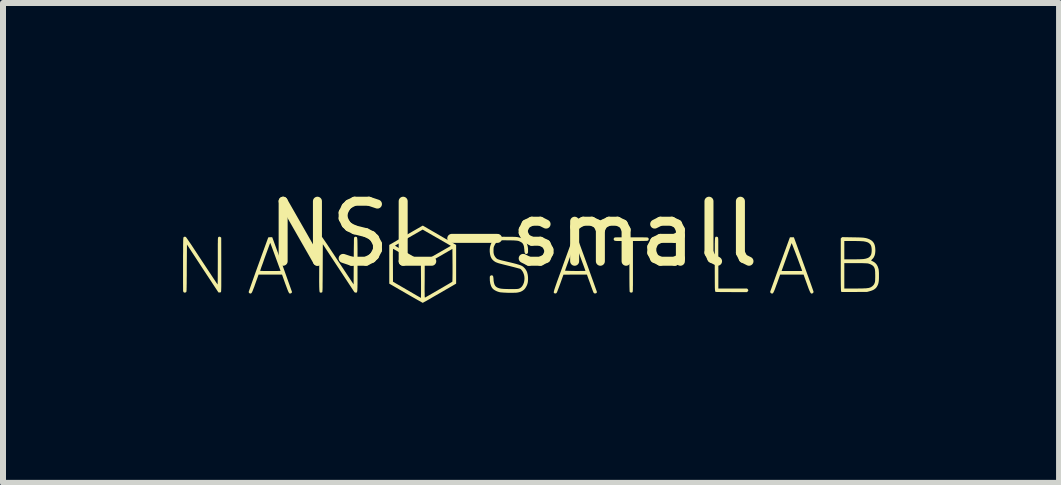
<source format=kicad_pcb>
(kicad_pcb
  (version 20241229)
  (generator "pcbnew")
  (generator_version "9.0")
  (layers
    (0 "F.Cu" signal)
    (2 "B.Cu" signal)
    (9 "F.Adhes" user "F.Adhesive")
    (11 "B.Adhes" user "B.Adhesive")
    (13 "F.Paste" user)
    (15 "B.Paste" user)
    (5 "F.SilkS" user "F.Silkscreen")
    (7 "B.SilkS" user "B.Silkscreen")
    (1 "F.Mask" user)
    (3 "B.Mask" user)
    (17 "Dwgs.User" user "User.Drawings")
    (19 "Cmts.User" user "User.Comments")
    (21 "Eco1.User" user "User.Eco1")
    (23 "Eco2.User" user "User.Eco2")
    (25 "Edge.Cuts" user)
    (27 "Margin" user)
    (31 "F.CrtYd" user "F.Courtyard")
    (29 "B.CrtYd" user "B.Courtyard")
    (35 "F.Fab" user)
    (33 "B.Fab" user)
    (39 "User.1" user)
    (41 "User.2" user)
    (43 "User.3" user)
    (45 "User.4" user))
  (footprint "NSL-small"
    (layer "F.Cu")
    (at 5.501 1.348)
    (property "Reference" "NSL-small" (at 0 -0.5 0) (unlocked yes) (layer "F.SilkS") (effects (font (size 1 1) (thickness 0.15))))
    (attr smd)
    (fp_poly (pts (xy 3.389 -0.454) (xy 3.391 -0.454) (xy 3.394 -0.453) (xy 3.396 -0.453) (xy 3.399 -0.452) (xy 3.401 -0.451) (xy 3.403 -0.45) (xy 3.406 -0.449) (xy 3.406 -0.448) (xy 3.407 -0.447) (xy 3.408 -0.446) (xy 3.409 -0.446) (xy 3.412 -0.442) (xy 3.414 -0.433) (xy 3.416 -0.416) (xy 3.417 -0.383) (xy 3.417 -0.256) (xy 3.418 -0.014) (xy 3.418 0.409) (xy 3.896 0.409) (xy 3.907 0.42) (xy 3.908 0.421) (xy 3.909 0.422) (xy 3.91 0.423) (xy 3.911 0.425) (xy 3.912 0.426) (xy 3.913 0.427) (xy 3.913 0.429) (xy 3.914 0.43) (xy 3.915 0.431) (xy 3.915 0.432) (xy 3.916 0.434) (xy 3.916 0.435) (xy 3.917 0.436) (xy 3.917 0.437) (xy 3.917 0.438) (xy 3.917 0.439) (xy 3.917 0.44) (xy 3.917 0.441) (xy 3.917 0.442) (xy 3.916 0.443) (xy 3.916 0.444) (xy 3.915 0.446) (xy 3.915 0.447) (xy 3.914 0.448) (xy 3.913 0.45) (xy 3.913 0.451) (xy 3.912 0.452) (xy 3.911 0.453) (xy 3.91 0.455) (xy 3.909 0.456) (xy 3.908 0.457) (xy 3.907 0.458) (xy 3.896 0.469) (xy 3.637 0.469) (xy 3.536 0.468) (xy 3.452 0.468) (xy 3.395 0.467) (xy 3.379 0.466) (xy 3.375 0.466) (xy 3.373 0.465) (xy 3.368 0.461) (xy 3.366 0.457) (xy 3.365 0.452) (xy 3.362 0.432) (xy 3.36 0.398) (xy 3.359 0.263) (xy 3.358 0.007) (xy 3.358 -0.138) (xy 3.358 -0.197) (xy 3.359 -0.248) (xy 3.359 -0.292) (xy 3.359 -0.311) (xy 3.359 -0.328) (xy 3.359 -0.344) (xy 3.36 -0.358) (xy 3.36 -0.371) (xy 3.36 -0.383) (xy 3.361 -0.393) (xy 3.361 -0.403) (xy 3.362 -0.411) (xy 3.362 -0.418) (xy 3.363 -0.424) (xy 3.363 -0.426) (xy 3.363 -0.429) (xy 3.364 -0.431) (xy 3.364 -0.433) (xy 3.364 -0.435) (xy 3.365 -0.437) (xy 3.365 -0.439) (xy 3.365 -0.44) (xy 3.366 -0.441) (xy 3.366 -0.443) (xy 3.367 -0.444) (xy 3.367 -0.445) (xy 3.368 -0.446) (xy 3.368 -0.446) (xy 3.369 -0.447) (xy 3.369 -0.448) (xy 3.37 -0.448) (xy 3.37 -0.449) (xy 3.371 -0.45) (xy 3.373 -0.451) (xy 3.374 -0.451) (xy 3.375 -0.452) (xy 3.375 -0.452) (xy 3.377 -0.453) (xy 3.378 -0.453) (xy 3.379 -0.453) (xy 3.381 -0.454) (xy 3.383 -0.454) (xy 3.386 -0.454)) (stroke (width 0) (type solid)) (fill yes) (layer "F.SilkS"))
    (fp_poly (pts (xy -4.01 -0.432) (xy -3.84 0.033) (xy -3.686 0.466) (xy -3.686 0.467) (xy -3.686 0.468) (xy -3.686 0.469) (xy -3.686 0.47) (xy -3.687 0.471) (xy -3.687 0.472) (xy -3.687 0.473) (xy -3.688 0.475) (xy -3.688 0.475) (xy -3.689 0.476) (xy -3.69 0.478) (xy -3.692 0.48) (xy -3.693 0.482) (xy -3.695 0.484) (xy -3.697 0.485) (xy -3.699 0.487) (xy -3.701 0.488) (xy -3.704 0.489) (xy -3.706 0.49) (xy -3.709 0.491) (xy -3.712 0.492) (xy -3.716 0.493) (xy -3.72 0.493) (xy -3.723 0.493) (xy -3.727 0.491) (xy -3.731 0.488) (xy -3.734 0.484) (xy -3.738 0.479) (xy -3.742 0.471) (xy -3.747 0.462) (xy -3.752 0.45) (xy -3.764 0.42) (xy -3.779 0.379) (xy -3.799 0.326) (xy -3.852 0.177) (xy -4.243 0.177) (xy -4.252 0.204) (xy -4.272 0.259) (xy -4.305 0.351) (xy -4.313 0.375) (xy -4.321 0.395) (xy -4.328 0.413) (xy -4.334 0.429) (xy -4.337 0.436) (xy -4.339 0.443) (xy -4.342 0.449) (xy -4.344 0.455) (xy -4.347 0.46) (xy -4.349 0.465) (xy -4.351 0.469) (xy -4.353 0.473) (xy -4.355 0.476) (xy -4.357 0.479) (xy -4.359 0.482) (xy -4.361 0.484) (xy -4.363 0.486) (xy -4.365 0.488) (xy -4.366 0.49) (xy -4.368 0.491) (xy -4.37 0.492) (xy -4.372 0.492) (xy -4.374 0.493) (xy -4.376 0.493) (xy -4.377 0.493) (xy -4.379 0.493) (xy -4.381 0.492) (xy -4.384 0.492) (xy -4.387 0.491) (xy -4.389 0.49) (xy -4.392 0.489) (xy -4.393 0.489) (xy -4.394 0.488) (xy -4.395 0.488) (xy -4.396 0.487) (xy -4.397 0.486) (xy -4.398 0.485) (xy -4.399 0.485) (xy -4.4 0.484) (xy -4.401 0.483) (xy -4.402 0.482) (xy -4.402 0.481) (xy -4.403 0.48) (xy -4.403 0.479) (xy -4.404 0.478) (xy -4.405 0.477) (xy -4.405 0.476) (xy -4.405 0.475) (xy -4.406 0.474) (xy -4.406 0.473) (xy -4.406 0.472) (xy -4.406 0.47) (xy -4.407 0.469) (xy -4.407 0.467) (xy -4.407 0.464) (xy -4.367 0.349) (xy -4.284 0.115) (xy -4.216 0.115) (xy -4.2 0.116) (xy -4.162 0.117) (xy -4.045 0.117) (xy -3.929 0.117) (xy -3.891 0.116) (xy -3.876 0.115) (xy -3.902 0.045) (xy -3.962 -0.119) (xy -4.022 -0.283) (xy -4.048 -0.352) (xy -4.049 -0.352) (xy -4.05 -0.349) (xy -4.06 -0.323) (xy -4.141 -0.102) (xy -4.17 -0.018) (xy -4.195 0.05) (xy -4.211 0.097) (xy -4.215 0.11) (xy -4.216 0.114) (xy -4.216 0.115) (xy -4.284 0.115) (xy -4.275 0.09) (xy -4.082 -0.441) (xy -4.081 -0.441) (xy -4.081 -0.442) (xy -4.08 -0.442) (xy -4.079 -0.443) (xy -4.078 -0.443) (xy -4.076 -0.444) (xy -4.074 -0.444) (xy -4.072 -0.444) (xy -4.07 -0.445) (xy -4.068 -0.445) (xy -4.062 -0.445) (xy -4.055 -0.446) (xy -4.048 -0.446) (xy -4.016 -0.446)) (stroke (width 0) (type solid)) (fill yes) (layer "F.SilkS"))
    (fp_poly (pts (xy -1.227 -0.477) (xy -0.951 -0.317) (xy -0.951 0.328) (xy -1.227 0.488) (xy -1.335 0.55) (xy -1.423 0.601) (xy -1.484 0.635) (xy -1.501 0.645) (xy -1.508 0.648) (xy -1.531 0.635) (xy -1.592 0.601) (xy -1.789 0.488) (xy -2.065 0.328) (xy -2.065 -0.133) (xy -2.005 -0.133) (xy -2.004 0.02) (xy -2.003 0.296) (xy -1.771 0.431) (xy -1.606 0.527) (xy -1.556 0.555) (xy -1.537 0.566) (xy -1.537 0.544) (xy -1.536 0.485) (xy -1.536 0.441) (xy -1.476 0.441) (xy -1.476 0.467) (xy -1.475 0.489) (xy -1.475 0.508) (xy -1.475 0.515) (xy -1.475 0.523) (xy -1.475 0.529) (xy -1.475 0.535) (xy -1.474 0.539) (xy -1.474 0.544) (xy -1.474 0.547) (xy -1.474 0.551) (xy -1.473 0.553) (xy -1.473 0.555) (xy -1.473 0.556) (xy -1.473 0.557) (xy -1.472 0.558) (xy -1.472 0.558) (xy -1.472 0.559) (xy -1.472 0.559) (xy -1.471 0.56) (xy -1.471 0.56) (xy -1.471 0.56) (xy -1.471 0.56) (xy -1.47 0.56) (xy -1.47 0.56) (xy -1.47 0.56) (xy -1.47 0.56) (xy -1.469 0.56) (xy -1.395 0.518) (xy -1.241 0.429) (xy -1.088 0.34) (xy -1.016 0.297) (xy -1.014 0.293) (xy -1.013 0.283) (xy -1.012 0.238) (xy -1.011 0.154) (xy -1.011 0.021) (xy -1.013 -0.251) (xy -1.243 -0.118) (xy -1.474 0.014) (xy -1.475 0.289) (xy -1.476 0.375) (xy -1.476 0.41) (xy -1.476 0.441) (xy -1.536 0.441) (xy -1.536 0.29) (xy -1.538 0.015) (xy -1.764 -0.116) (xy -1.926 -0.21) (xy -1.998 -0.251) (xy -1.999 -0.252) (xy -2 -0.252) (xy -2.001 -0.25) (xy -2.002 -0.247) (xy -2.003 -0.236) (xy -2.004 -0.215) (xy -2.005 -0.133) (xy -2.065 -0.133) (xy -2.065 -0.305) (xy -1.97 -0.305) (xy -1.901 -0.263) (xy -1.746 -0.172) (xy -1.588 -0.081) (xy -1.51 -0.038) (xy -1.508 -0.038) (xy -1.504 -0.039) (xy -1.491 -0.046) (xy -1.442 -0.072) (xy -1.368 -0.113) (xy -1.275 -0.166) (xy -1.042 -0.3) (xy -1.042 -0.3) (xy -1.042 -0.3) (xy -1.041 -0.3) (xy -1.041 -0.3) (xy -1.041 -0.3) (xy -1.041 -0.3) (xy -1.041 -0.301) (xy -1.041 -0.301) (xy -1.04 -0.301) (xy -1.04 -0.301) (xy -1.04 -0.301) (xy -1.04 -0.301) (xy -1.04 -0.301) (xy -1.04 -0.301) (xy -1.04 -0.302) (xy -1.04 -0.302) (xy -1.04 -0.302) (xy -1.04 -0.302) (xy -1.04 -0.302) (xy -1.04 -0.302) (xy -1.04 -0.302) (xy -1.04 -0.303) (xy -1.04 -0.303) (xy -1.041 -0.303) (xy -1.041 -0.303) (xy -1.041 -0.303) (xy -1.041 -0.303) (xy -1.041 -0.303) (xy -1.041 -0.303) (xy -1.042 -0.304) (xy -1.042 -0.304) (xy -1.042 -0.304) (xy -1.276 -0.439) (xy -1.44 -0.533) (xy -1.49 -0.562) (xy -1.504 -0.57) (xy -1.509 -0.572) (xy -1.739 -0.44) (xy -1.97 -0.305) (xy -2.065 -0.305) (xy -2.065 -0.317) (xy -1.786 -0.479) (xy -1.678 -0.541) (xy -1.589 -0.592) (xy -1.529 -0.627) (xy -1.512 -0.636) (xy -1.506 -0.639)) (stroke (width 0) (type solid)) (fill yes) (layer "F.SilkS"))
    (fp_poly (pts (xy 4.638 -0.445) (xy 4.644 -0.445) (xy 4.677 -0.444) (xy 4.839 0.001) (xy 4.954 0.319) (xy 4.989 0.418) (xy 5.003 0.458) (xy 5.003 0.46) (xy 5.003 0.461) (xy 5.004 0.463) (xy 5.004 0.464) (xy 5.004 0.465) (xy 5.003 0.467) (xy 5.003 0.468) (xy 5.003 0.47) (xy 5.003 0.471) (xy 5.002 0.472) (xy 5.002 0.473) (xy 5.001 0.475) (xy 5.001 0.476) (xy 5 0.477) (xy 4.999 0.478) (xy 4.999 0.48) (xy 4.998 0.481) (xy 4.997 0.482) (xy 4.996 0.483) (xy 4.995 0.484) (xy 4.994 0.485) (xy 4.993 0.486) (xy 4.991 0.487) (xy 4.99 0.487) (xy 4.989 0.488) (xy 4.988 0.489) (xy 4.986 0.49) (xy 4.985 0.49) (xy 4.983 0.491) (xy 4.982 0.492) (xy 4.98 0.492) (xy 4.979 0.492) (xy 4.975 0.493) (xy 4.971 0.493) (xy 4.967 0.493) (xy 4.963 0.491) (xy 4.96 0.488) (xy 4.956 0.483) (xy 4.952 0.478) (xy 4.948 0.47) (xy 4.943 0.46) (xy 4.938 0.449) (xy 4.925 0.418) (xy 4.91 0.377) (xy 4.891 0.324) (xy 4.838 0.177) (xy 4.448 0.177) (xy 4.396 0.324) (xy 4.385 0.352) (xy 4.376 0.377) (xy 4.368 0.399) (xy 4.361 0.418) (xy 4.358 0.427) (xy 4.354 0.435) (xy 4.351 0.442) (xy 4.349 0.449) (xy 4.346 0.455) (xy 4.343 0.46) (xy 4.341 0.465) (xy 4.339 0.47) (xy 4.337 0.474) (xy 4.334 0.478) (xy 4.332 0.481) (xy 4.33 0.483) (xy 4.329 0.486) (xy 4.327 0.488) (xy 4.325 0.489) (xy 4.324 0.49) (xy 4.323 0.491) (xy 4.322 0.491) (xy 4.321 0.492) (xy 4.32 0.492) (xy 4.319 0.493) (xy 4.317 0.493) (xy 4.316 0.493) (xy 4.314 0.493) (xy 4.312 0.493) (xy 4.31 0.493) (xy 4.307 0.492) (xy 4.306 0.492) (xy 4.304 0.492) (xy 4.303 0.491) (xy 4.301 0.49) (xy 4.3 0.49) (xy 4.299 0.489) (xy 4.297 0.488) (xy 4.296 0.488) (xy 4.295 0.487) (xy 4.294 0.486) (xy 4.293 0.485) (xy 4.291 0.484) (xy 4.29 0.483) (xy 4.289 0.482) (xy 4.289 0.481) (xy 4.288 0.48) (xy 4.287 0.479) (xy 4.286 0.477) (xy 4.286 0.476) (xy 4.285 0.475) (xy 4.284 0.474) (xy 4.284 0.472) (xy 4.283 0.471) (xy 4.283 0.47) (xy 4.283 0.469) (xy 4.283 0.467) (xy 4.282 0.466) (xy 4.282 0.465) (xy 4.282 0.463) (xy 4.283 0.462) (xy 4.283 0.46) (xy 4.283 0.459) (xy 4.406 0.116) (xy 4.472 0.116) (xy 4.485 0.117) (xy 4.522 0.117) (xy 4.643 0.117) (xy 4.71 0.117) (xy 4.764 0.117) (xy 4.801 0.117) (xy 4.811 0.116) (xy 4.814 0.116) (xy 4.815 0.116) (xy 4.807 0.093) (xy 4.787 0.039) (xy 4.728 -0.121) (xy 4.667 -0.279) (xy 4.647 -0.33) (xy 4.639 -0.348) (xy 4.472 0.116) (xy 4.406 0.116) (xy 4.446 0.007) (xy 4.61 -0.443) (xy 4.61 -0.443) (xy 4.611 -0.443) (xy 4.612 -0.444) (xy 4.613 -0.444) (xy 4.617 -0.444) (xy 4.621 -0.445) (xy 4.626 -0.445) (xy 4.632 -0.445)) (stroke (width 0) (type solid)) (fill yes) (layer "F.SilkS"))
    (fp_poly (pts (xy -3.199 -0.454) (xy -3.197 -0.453) (xy -3.194 -0.453) (xy -3.191 -0.452) (xy -3.19 -0.451) (xy -3.189 -0.451) (xy -3.188 -0.45) (xy -3.187 -0.45) (xy -3.185 -0.449) (xy -3.184 -0.448) (xy -3.161 -0.415) (xy -3.102 -0.329) (xy -2.918 -0.05) (xy -2.659 0.341) (xy -2.657 -0.045) (xy -2.656 -0.231) (xy -2.655 -0.299) (xy -2.654 -0.351) (xy -2.654 -0.39) (xy -2.653 -0.417) (xy -2.652 -0.427) (xy -2.651 -0.433) (xy -2.651 -0.438) (xy -2.65 -0.44) (xy -2.649 -0.442) (xy -2.647 -0.444) (xy -2.646 -0.446) (xy -2.644 -0.447) (xy -2.642 -0.449) (xy -2.64 -0.45) (xy -2.638 -0.451) (xy -2.636 -0.452) (xy -2.634 -0.452) (xy -2.632 -0.453) (xy -2.629 -0.453) (xy -2.627 -0.454) (xy -2.624 -0.454) (xy -2.622 -0.453) (xy -2.619 -0.453) (xy -2.617 -0.452) (xy -2.609 -0.45) (xy -2.606 -0.448) (xy -2.603 -0.443) (xy -2.601 -0.437) (xy -2.599 -0.427) (xy -2.596 -0.394) (xy -2.595 -0.34) (xy -2.594 -0.257) (xy -2.594 0.014) (xy -2.594 0.174) (xy -2.594 0.238) (xy -2.594 0.292) (xy -2.594 0.316) (xy -2.594 0.338) (xy -2.595 0.357) (xy -2.595 0.375) (xy -2.595 0.391) (xy -2.596 0.405) (xy -2.596 0.418) (xy -2.597 0.429) (xy -2.597 0.438) (xy -2.598 0.447) (xy -2.599 0.45) (xy -2.599 0.454) (xy -2.6 0.457) (xy -2.6 0.459) (xy -2.601 0.462) (xy -2.601 0.464) (xy -2.602 0.466) (xy -2.602 0.468) (xy -2.603 0.47) (xy -2.604 0.471) (xy -2.605 0.472) (xy -2.605 0.474) (xy -2.606 0.474) (xy -2.607 0.475) (xy -2.608 0.476) (xy -2.609 0.476) (xy -2.61 0.477) (xy -2.611 0.477) (xy -2.612 0.477) (xy -2.613 0.477) (xy -2.615 0.477) (xy -2.618 0.477) (xy -2.623 0.477) (xy -2.625 0.477) (xy -2.628 0.477) (xy -2.63 0.477) (xy -2.632 0.477) (xy -2.633 0.477) (xy -2.634 0.476) (xy -2.635 0.476) (xy -2.635 0.476) (xy -2.636 0.476) (xy -2.637 0.475) (xy -2.638 0.475) (xy -2.639 0.475) (xy -2.639 0.474) (xy -2.64 0.474) (xy -2.641 0.473) (xy -2.641 0.473) (xy -2.642 0.472) (xy -2.643 0.472) (xy -2.643 0.471) (xy -2.644 0.471) (xy -2.645 0.47) (xy -2.646 0.469) (xy -2.647 0.468) (xy -2.648 0.466) (xy -2.65 0.464) (xy -2.732 0.339) (xy -2.916 0.06) (xy -3.172 -0.329) (xy -3.174 0.067) (xy -3.175 0.267) (xy -3.176 0.337) (xy -3.176 0.389) (xy -3.177 0.426) (xy -3.178 0.44) (xy -3.179 0.451) (xy -3.179 0.459) (xy -3.18 0.465) (xy -3.181 0.468) (xy -3.181 0.469) (xy -3.182 0.47) (xy -3.182 0.471) (xy -3.183 0.472) (xy -3.184 0.472) (xy -3.185 0.473) (xy -3.186 0.474) (xy -3.188 0.474) (xy -3.189 0.475) (xy -3.19 0.475) (xy -3.192 0.476) (xy -3.193 0.476) (xy -3.195 0.476) (xy -3.196 0.477) (xy -3.198 0.477) (xy -3.2 0.477) (xy -3.202 0.477) (xy -3.204 0.477) (xy -3.214 0.477) (xy -3.218 0.477) (xy -3.222 0.474) (xy -3.224 0.469) (xy -3.227 0.46) (xy -3.23 0.43) (xy -3.232 0.376) (xy -3.233 0.292) (xy -3.232 0.008) (xy -3.232 -0.135) (xy -3.231 -0.193) (xy -3.231 -0.243) (xy -3.231 -0.286) (xy -3.231 -0.322) (xy -3.23 -0.352) (xy -3.23 -0.377) (xy -3.23 -0.387) (xy -3.229 -0.396) (xy -3.229 -0.404) (xy -3.229 -0.412) (xy -3.228 -0.418) (xy -3.228 -0.423) (xy -3.228 -0.428) (xy -3.227 -0.431) (xy -3.227 -0.435) (xy -3.226 -0.437) (xy -3.226 -0.439) (xy -3.225 -0.441) (xy -3.225 -0.442) (xy -3.224 -0.443) (xy -3.223 -0.444) (xy -3.223 -0.445) (xy -3.222 -0.446) (xy -3.221 -0.447) (xy -3.22 -0.448) (xy -3.219 -0.449) (xy -3.218 -0.449) (xy -3.217 -0.45) (xy -3.216 -0.451) (xy -3.215 -0.451) (xy -3.213 -0.452) (xy -3.212 -0.452) (xy -3.21 -0.453) (xy -3.207 -0.453) (xy -3.204 -0.454) (xy -3.202 -0.454)) (stroke (width 0) (type solid)) (fill yes) (layer "F.SilkS"))
    (fp_poly (pts (xy 1.036 -0.446) (xy 1.041 -0.446) (xy 1.044 -0.446) (xy 1.048 -0.445) (xy 1.051 -0.445) (xy 1.052 -0.445) (xy 1.054 -0.445) (xy 1.055 -0.445) (xy 1.056 -0.445) (xy 1.057 -0.444) (xy 1.058 -0.444) (xy 1.059 -0.444) (xy 1.06 -0.444) (xy 1.061 -0.444) (xy 1.062 -0.443) (xy 1.062 -0.443) (xy 1.063 -0.443) (xy 1.064 -0.442) (xy 1.064 -0.442) (xy 1.065 -0.442) (xy 1.065 -0.441) (xy 1.066 -0.441) (xy 1.066 -0.44) (xy 1.067 -0.44) (xy 1.067 -0.44) (xy 1.067 -0.439) (xy 1.068 -0.438) (xy 1.234 0.016) (xy 1.394 0.464) (xy 1.394 0.467) (xy 1.394 0.469) (xy 1.394 0.472) (xy 1.393 0.473) (xy 1.393 0.474) (xy 1.393 0.475) (xy 1.393 0.476) (xy 1.392 0.477) (xy 1.392 0.478) (xy 1.391 0.478) (xy 1.391 0.479) (xy 1.39 0.48) (xy 1.39 0.481) (xy 1.389 0.482) (xy 1.389 0.482) (xy 1.388 0.483) (xy 1.387 0.484) (xy 1.387 0.484) (xy 1.386 0.485) (xy 1.385 0.485) (xy 1.384 0.486) (xy 1.383 0.487) (xy 1.382 0.487) (xy 1.38 0.488) (xy 1.377 0.489) (xy 1.375 0.49) (xy 1.373 0.49) (xy 1.371 0.491) (xy 1.37 0.491) (xy 1.368 0.492) (xy 1.367 0.492) (xy 1.366 0.492) (xy 1.364 0.492) (xy 1.363 0.492) (xy 1.361 0.492) (xy 1.36 0.492) (xy 1.359 0.492) (xy 1.357 0.492) (xy 1.356 0.491) (xy 1.355 0.491) (xy 1.354 0.49) (xy 1.352 0.49) (xy 1.351 0.489) (xy 1.35 0.489) (xy 1.349 0.488) (xy 1.348 0.487) (xy 1.347 0.486) (xy 1.346 0.485) (xy 1.344 0.484) (xy 1.343 0.483) (xy 1.342 0.482) (xy 1.341 0.481) (xy 1.341 0.48) (xy 1.34 0.479) (xy 1.339 0.477) (xy 1.338 0.476) (xy 1.337 0.474) (xy 1.336 0.473) (xy 1.317 0.423) (xy 1.281 0.323) (xy 1.245 0.224) (xy 1.229 0.178) (xy 1.214 0.177) (xy 1.172 0.177) (xy 1.033 0.177) (xy 0.837 0.179) (xy 0.786 0.322) (xy 0.765 0.379) (xy 0.747 0.426) (xy 0.74 0.445) (xy 0.734 0.46) (xy 0.73 0.471) (xy 0.728 0.474) (xy 0.727 0.476) (xy 0.725 0.479) (xy 0.723 0.481) (xy 0.722 0.482) (xy 0.721 0.484) (xy 0.72 0.485) (xy 0.719 0.486) (xy 0.718 0.487) (xy 0.717 0.487) (xy 0.716 0.488) (xy 0.714 0.489) (xy 0.713 0.49) (xy 0.712 0.49) (xy 0.711 0.491) (xy 0.71 0.491) (xy 0.708 0.491) (xy 0.707 0.492) (xy 0.706 0.492) (xy 0.705 0.492) (xy 0.703 0.492) (xy 0.702 0.492) (xy 0.701 0.492) (xy 0.699 0.492) (xy 0.698 0.492) (xy 0.697 0.492) (xy 0.696 0.492) (xy 0.694 0.491) (xy 0.693 0.491) (xy 0.691 0.491) (xy 0.69 0.49) (xy 0.689 0.489) (xy 0.681 0.485) (xy 0.678 0.481) (xy 0.676 0.476) (xy 0.676 0.469) (xy 0.678 0.458) (xy 0.687 0.423) (xy 0.706 0.367) (xy 0.735 0.283) (xy 0.798 0.111) (xy 0.864 0.111) (xy 0.864 0.111) (xy 0.866 0.112) (xy 0.874 0.113) (xy 0.907 0.114) (xy 0.96 0.116) (xy 1.033 0.117) (xy 1.099 0.117) (xy 1.154 0.116) (xy 1.174 0.116) (xy 1.19 0.116) (xy 1.2 0.115) (xy 1.203 0.115) (xy 1.204 0.115) (xy 1.179 0.045) (xy 1.118 -0.119) (xy 1.058 -0.283) (xy 1.039 -0.333) (xy 1.032 -0.352) (xy 1.032 -0.352) (xy 1.032 -0.352) (xy 1.032 -0.352) (xy 1.032 -0.352) (xy 1.032 -0.352) (xy 1.031 -0.351) (xy 1.031 -0.351) (xy 1.031 -0.35) (xy 1.03 -0.349) (xy 1.029 -0.347) (xy 1.028 -0.346) (xy 1.028 -0.343) (xy 1.027 -0.341) (xy 0.944 -0.111) (xy 0.887 0.044) (xy 0.87 0.092) (xy 0.864 0.111) (xy 0.798 0.111) (xy 0.835 0.007) (xy 0.998 -0.441) (xy 0.999 -0.441) (xy 0.999 -0.442) (xy 1 -0.442) (xy 1.001 -0.443) (xy 1.002 -0.443) (xy 1.004 -0.444) (xy 1.005 -0.444) (xy 1.007 -0.444) (xy 1.01 -0.445) (xy 1.012 -0.445) (xy 1.018 -0.445) (xy 1.024 -0.446) (xy 1.032 -0.446)) (stroke (width 0) (type solid)) (fill yes) (layer "F.SilkS"))
    (fp_poly (pts (xy 1.972 -0.444) (xy 2.058 -0.444) (xy 2.092 -0.444) (xy 2.123 -0.444) (xy 2.148 -0.444) (xy 2.17 -0.443) (xy 2.189 -0.443) (xy 2.204 -0.443) (xy 2.21 -0.442) (xy 2.216 -0.442) (xy 2.221 -0.442) (xy 2.225 -0.441) (xy 2.229 -0.441) (xy 2.233 -0.441) (xy 2.236 -0.44) (xy 2.238 -0.44) (xy 2.24 -0.44) (xy 2.242 -0.439) (xy 2.244 -0.439) (xy 2.245 -0.438) (xy 2.246 -0.437) (xy 2.247 -0.437) (xy 2.248 -0.436) (xy 2.249 -0.436) (xy 2.25 -0.434) (xy 2.251 -0.433) (xy 2.252 -0.432) (xy 2.253 -0.431) (xy 2.253 -0.43) (xy 2.254 -0.429) (xy 2.255 -0.427) (xy 2.255 -0.426) (xy 2.256 -0.424) (xy 2.256 -0.423) (xy 2.257 -0.421) (xy 2.257 -0.42) (xy 2.257 -0.418) (xy 2.258 -0.417) (xy 2.258 -0.415) (xy 2.258 -0.414) (xy 2.258 -0.412) (xy 2.258 -0.411) (xy 2.257 -0.409) (xy 2.257 -0.408) (xy 2.257 -0.406) (xy 2.256 -0.405) (xy 2.256 -0.403) (xy 2.255 -0.402) (xy 2.255 -0.401) (xy 2.254 -0.399) (xy 2.253 -0.398) (xy 2.253 -0.397) (xy 2.252 -0.396) (xy 2.251 -0.394) (xy 2.25 -0.393) (xy 2.249 -0.392) (xy 2.245 -0.39) (xy 2.243 -0.389) (xy 2.241 -0.388) (xy 2.237 -0.387) (xy 2.233 -0.386) (xy 2.223 -0.385) (xy 2.207 -0.385) (xy 2.185 -0.384) (xy 2.118 -0.383) (xy 1.995 -0.382) (xy 1.995 0.041) (xy 1.995 0.177) (xy 1.995 0.232) (xy 1.995 0.28) (xy 1.995 0.321) (xy 1.995 0.355) (xy 1.994 0.383) (xy 1.994 0.396) (xy 1.994 0.407) (xy 1.994 0.416) (xy 1.994 0.425) (xy 1.993 0.433) (xy 1.993 0.439) (xy 1.993 0.445) (xy 1.992 0.45) (xy 1.992 0.454) (xy 1.992 0.458) (xy 1.991 0.461) (xy 1.991 0.463) (xy 1.99 0.465) (xy 1.99 0.467) (xy 1.989 0.468) (xy 1.989 0.469) (xy 1.988 0.47) (xy 1.987 0.47) (xy 1.986 0.471) (xy 1.985 0.472) (xy 1.983 0.473) (xy 1.982 0.474) (xy 1.98 0.475) (xy 1.979 0.475) (xy 1.977 0.476) (xy 1.976 0.476) (xy 1.974 0.476) (xy 1.972 0.477) (xy 1.971 0.477) (xy 1.969 0.477) (xy 1.967 0.477) (xy 1.966 0.477) (xy 1.964 0.477) (xy 1.962 0.477) (xy 1.961 0.476) (xy 1.959 0.476) (xy 1.957 0.476) (xy 1.956 0.475) (xy 1.954 0.475) (xy 1.953 0.474) (xy 1.951 0.473) (xy 1.95 0.473) (xy 1.948 0.472) (xy 1.947 0.471) (xy 1.946 0.47) (xy 1.945 0.469) (xy 1.944 0.468) (xy 1.943 0.467) (xy 1.942 0.466) (xy 1.941 0.464) (xy 1.94 0.457) (xy 1.939 0.44) (xy 1.937 0.37) (xy 1.936 0.24) (xy 1.936 0.036) (xy 1.936 -0.382) (xy 1.819 -0.382) (xy 1.796 -0.382) (xy 1.776 -0.382) (xy 1.759 -0.382) (xy 1.744 -0.383) (xy 1.737 -0.383) (xy 1.731 -0.383) (xy 1.725 -0.383) (xy 1.719 -0.384) (xy 1.715 -0.384) (xy 1.71 -0.384) (xy 1.706 -0.385) (xy 1.702 -0.385) (xy 1.699 -0.386) (xy 1.696 -0.387) (xy 1.693 -0.387) (xy 1.691 -0.388) (xy 1.688 -0.389) (xy 1.686 -0.39) (xy 1.686 -0.391) (xy 1.685 -0.391) (xy 1.684 -0.392) (xy 1.683 -0.392) (xy 1.682 -0.393) (xy 1.681 -0.395) (xy 1.68 -0.396) (xy 1.679 -0.398) (xy 1.678 -0.399) (xy 1.677 -0.401) (xy 1.676 -0.403) (xy 1.676 -0.405) (xy 1.675 -0.406) (xy 1.675 -0.407) (xy 1.675 -0.409) (xy 1.674 -0.41) (xy 1.674 -0.412) (xy 1.674 -0.413) (xy 1.674 -0.415) (xy 1.674 -0.416) (xy 1.675 -0.418) (xy 1.675 -0.419) (xy 1.675 -0.421) (xy 1.675 -0.422) (xy 1.676 -0.423) (xy 1.676 -0.425) (xy 1.677 -0.426) (xy 1.678 -0.427) (xy 1.678 -0.429) (xy 1.679 -0.43) (xy 1.68 -0.431) (xy 1.681 -0.432) (xy 1.682 -0.433) (xy 1.683 -0.434) (xy 1.684 -0.435) (xy 1.685 -0.436) (xy 1.686 -0.437) (xy 1.687 -0.438) (xy 1.688 -0.439) (xy 1.689 -0.44) (xy 1.691 -0.44) (xy 1.692 -0.441) (xy 1.693 -0.441) (xy 1.695 -0.442) (xy 1.72 -0.443) (xy 1.781 -0.444) (xy 1.868 -0.444)) (stroke (width 0) (type solid)) (fill yes) (layer "F.SilkS"))
    (fp_poly (pts (xy -4.894 -0.454) (xy -4.893 -0.454) (xy -4.891 -0.454) (xy -4.89 -0.453) (xy -4.889 -0.453) (xy -4.887 -0.453) (xy -4.886 -0.452) (xy -4.885 -0.452) (xy -4.884 -0.451) (xy -4.882 -0.451) (xy -4.881 -0.45) (xy -4.88 -0.45) (xy -4.879 -0.449) (xy -4.877 -0.448) (xy -4.876 -0.447) (xy -4.875 -0.446) (xy -4.865 -0.438) (xy -4.864 0.008) (xy -4.864 0.228) (xy -4.864 0.306) (xy -4.864 0.366) (xy -4.865 0.41) (xy -4.866 0.439) (xy -4.866 0.45) (xy -4.867 0.457) (xy -4.868 0.462) (xy -4.868 0.464) (xy -4.869 0.466) (xy -4.87 0.467) (xy -4.871 0.469) (xy -4.872 0.47) (xy -4.873 0.471) (xy -4.874 0.472) (xy -4.875 0.472) (xy -4.876 0.473) (xy -4.878 0.474) (xy -4.879 0.474) (xy -4.881 0.474) (xy -4.883 0.475) (xy -4.885 0.475) (xy -4.887 0.475) (xy -4.89 0.475) (xy -4.892 0.475) (xy -4.911 0.475) (xy -5.174 0.076) (xy -5.436 -0.324) (xy -5.439 0.068) (xy -5.439 0.193) (xy -5.44 0.244) (xy -5.44 0.289) (xy -5.44 0.326) (xy -5.441 0.358) (xy -5.441 0.385) (xy -5.442 0.406) (xy -5.442 0.416) (xy -5.442 0.424) (xy -5.442 0.431) (xy -5.443 0.437) (xy -5.443 0.443) (xy -5.443 0.448) (xy -5.444 0.452) (xy -5.444 0.455) (xy -5.445 0.458) (xy -5.445 0.461) (xy -5.446 0.463) (xy -5.446 0.464) (xy -5.447 0.465) (xy -5.447 0.467) (xy -5.448 0.467) (xy -5.449 0.468) (xy -5.45 0.469) (xy -5.451 0.47) (xy -5.452 0.471) (xy -5.453 0.472) (xy -5.454 0.473) (xy -5.455 0.473) (xy -5.457 0.474) (xy -5.458 0.474) (xy -5.461 0.475) (xy -5.464 0.476) (xy -5.467 0.477) (xy -5.47 0.477) (xy -5.473 0.477) (xy -5.476 0.477) (xy -5.479 0.477) (xy -5.48 0.476) (xy -5.482 0.476) (xy -5.483 0.475) (xy -5.484 0.475) (xy -5.486 0.474) (xy -5.487 0.474) (xy -5.488 0.473) (xy -5.489 0.472) (xy -5.49 0.472) (xy -5.491 0.471) (xy -5.492 0.47) (xy -5.492 0.469) (xy -5.493 0.468) (xy -5.494 0.467) (xy -5.494 0.466) (xy -5.495 0.465) (xy -5.496 0.463) (xy -5.496 0.462) (xy -5.497 0.461) (xy -5.497 0.459) (xy -5.498 0.458) (xy -5.498 0.456) (xy -5.499 0.455) (xy -5.499 0.453) (xy -5.5 0.452) (xy -5.5 0.451) (xy -5.501 0.313) (xy -5.501 0.001) (xy -5.501 -0.14) (xy -5.5 -0.197) (xy -5.5 -0.246) (xy -5.5 -0.289) (xy -5.5 -0.324) (xy -5.499 -0.354) (xy -5.499 -0.378) (xy -5.499 -0.388) (xy -5.498 -0.397) (xy -5.498 -0.405) (xy -5.498 -0.412) (xy -5.497 -0.418) (xy -5.497 -0.423) (xy -5.497 -0.428) (xy -5.496 -0.432) (xy -5.496 -0.435) (xy -5.495 -0.437) (xy -5.495 -0.439) (xy -5.494 -0.441) (xy -5.494 -0.442) (xy -5.493 -0.443) (xy -5.493 -0.444) (xy -5.492 -0.445) (xy -5.491 -0.446) (xy -5.49 -0.447) (xy -5.489 -0.448) (xy -5.488 -0.449) (xy -5.487 -0.45) (xy -5.485 -0.45) (xy -5.484 -0.451) (xy -5.483 -0.452) (xy -5.482 -0.452) (xy -5.48 -0.452) (xy -5.479 -0.453) (xy -5.478 -0.453) (xy -5.477 -0.453) (xy -5.475 -0.454) (xy -5.474 -0.454) (xy -5.472 -0.454) (xy -5.471 -0.454) (xy -5.47 -0.454) (xy -5.468 -0.454) (xy -5.467 -0.453) (xy -5.465 -0.453) (xy -5.464 -0.453) (xy -5.463 -0.452) (xy -5.461 -0.452) (xy -5.46 -0.451) (xy -5.459 -0.451) (xy -5.457 -0.45) (xy -5.456 -0.45) (xy -5.455 -0.449) (xy -5.453 -0.448) (xy -5.452 -0.447) (xy -5.451 -0.446) (xy -5.427 -0.412) (xy -5.368 -0.326) (xy -5.185 -0.048) (xy -5.085 0.103) (xy -5.003 0.227) (xy -4.947 0.311) (xy -4.931 0.334) (xy -4.925 0.342) (xy -4.924 0.311) (xy -4.923 0.227) (xy -4.922 -0.048) (xy -4.922 -0.175) (xy -4.922 -0.226) (xy -4.922 -0.271) (xy -4.922 -0.308) (xy -4.922 -0.34) (xy -4.921 -0.354) (xy -4.921 -0.366) (xy -4.921 -0.378) (xy -4.921 -0.388) (xy -4.921 -0.396) (xy -4.921 -0.404) (xy -4.92 -0.411) (xy -4.92 -0.417) (xy -4.92 -0.423) (xy -4.919 -0.427) (xy -4.919 -0.431) (xy -4.919 -0.432) (xy -4.918 -0.434) (xy -4.918 -0.435) (xy -4.918 -0.437) (xy -4.918 -0.438) (xy -4.918 -0.439) (xy -4.917 -0.44) (xy -4.917 -0.44) (xy -4.917 -0.441) (xy -4.916 -0.442) (xy -4.916 -0.443) (xy -4.916 -0.443) (xy -4.915 -0.444) (xy -4.915 -0.444) (xy -4.914 -0.445) (xy -4.914 -0.446) (xy -4.913 -0.447) (xy -4.912 -0.448) (xy -4.91 -0.448) (xy -4.909 -0.449) (xy -4.908 -0.45) (xy -4.907 -0.451) (xy -4.906 -0.451) (xy -4.905 -0.452) (xy -4.904 -0.452) (xy -4.903 -0.453) (xy -4.901 -0.453) (xy -4.9 -0.453) (xy -4.899 -0.453) (xy -4.898 -0.454) (xy -4.896 -0.454) (xy -4.895 -0.454)) (stroke (width 0) (type solid)) (fill yes) (layer "F.SilkS"))
    (fp_poly (pts (xy 5.65 -0.444) (xy 5.713 -0.443) (xy 5.763 -0.442) (xy 5.784 -0.441) (xy 5.802 -0.44) (xy 5.819 -0.439) (xy 5.834 -0.438) (xy 5.847 -0.436) (xy 5.86 -0.434) (xy 5.871 -0.432) (xy 5.881 -0.43) (xy 5.892 -0.427) (xy 5.902 -0.424) (xy 5.913 -0.42) (xy 5.924 -0.416) (xy 5.938 -0.41) (xy 5.95 -0.403) (xy 5.962 -0.396) (xy 5.973 -0.388) (xy 5.983 -0.38) (xy 5.992 -0.37) (xy 6 -0.36) (xy 6.008 -0.349) (xy 6.014 -0.337) (xy 6.019 -0.325) (xy 6.024 -0.311) (xy 6.027 -0.297) (xy 6.03 -0.282) (xy 6.032 -0.265) (xy 6.033 -0.248) (xy 6.034 -0.23) (xy 6.034 -0.217) (xy 6.033 -0.204) (xy 6.032 -0.192) (xy 6.031 -0.181) (xy 6.029 -0.17) (xy 6.027 -0.159) (xy 6.024 -0.149) (xy 6.021 -0.139) (xy 6.017 -0.13) (xy 6.013 -0.122) (xy 6.009 -0.113) (xy 6.004 -0.105) (xy 5.999 -0.098) (xy 5.993 -0.09) (xy 5.986 -0.084) (xy 5.98 -0.077) (xy 5.976 -0.073) (xy 5.973 -0.07) (xy 5.97 -0.067) (xy 5.968 -0.066) (xy 5.967 -0.064) (xy 5.966 -0.063) (xy 5.965 -0.062) (xy 5.964 -0.061) (xy 5.964 -0.06) (xy 5.963 -0.06) (xy 5.963 -0.059) (xy 5.963 -0.059) (xy 5.963 -0.059) (xy 5.963 -0.059) (xy 5.963 -0.058) (xy 5.963 -0.058) (xy 5.971 -0.054) (xy 5.989 -0.044) (xy 5.999 -0.039) (xy 6.008 -0.034) (xy 6.016 -0.029) (xy 6.024 -0.023) (xy 6.031 -0.017) (xy 6.038 -0.01) (xy 6.045 -0.003) (xy 6.051 0.004) (xy 6.056 0.011) (xy 6.061 0.019) (xy 6.066 0.028) (xy 6.071 0.037) (xy 6.075 0.046) (xy 6.078 0.056) (xy 6.082 0.066) (xy 6.085 0.077) (xy 6.088 0.088) (xy 6.09 0.098) (xy 6.091 0.108) (xy 6.092 0.12) (xy 6.093 0.133) (xy 6.094 0.15) (xy 6.094 0.169) (xy 6.094 0.194) (xy 6.094 0.21) (xy 6.094 0.225) (xy 6.094 0.24) (xy 6.093 0.253) (xy 6.093 0.265) (xy 6.092 0.276) (xy 6.091 0.287) (xy 6.089 0.297) (xy 6.088 0.306) (xy 6.086 0.315) (xy 6.084 0.324) (xy 6.082 0.332) (xy 6.079 0.34) (xy 6.076 0.347) (xy 6.073 0.355) (xy 6.069 0.362) (xy 6.064 0.371) (xy 6.06 0.379) (xy 6.054 0.387) (xy 6.049 0.394) (xy 6.043 0.401) (xy 6.036 0.407) (xy 6.029 0.413) (xy 6.021 0.419) (xy 6.013 0.425) (xy 6.004 0.43) (xy 5.995 0.435) (xy 5.985 0.439) (xy 5.974 0.443) (xy 5.962 0.448) (xy 5.95 0.451) (xy 5.937 0.455) (xy 5.896 0.466) (xy 5.682 0.467) (xy 5.469 0.467) (xy 5.464 0.456) (xy 5.462 0.448) (xy 5.461 0.431) (xy 5.459 0.358) (xy 5.458 0.223) (xy 5.458 0.01) (xy 5.458 -0.014) (xy 5.517 -0.014) (xy 5.517 0.409) (xy 5.686 0.409) (xy 5.748 0.409) (xy 5.799 0.408) (xy 5.821 0.408) (xy 5.84 0.407) (xy 5.857 0.406) (xy 5.872 0.406) (xy 5.885 0.405) (xy 5.897 0.403) (xy 5.907 0.402) (xy 5.917 0.401) (xy 5.925 0.399) (xy 5.933 0.397) (xy 5.94 0.395) (xy 5.947 0.392) (xy 5.954 0.39) (xy 5.96 0.387) (xy 5.966 0.383) (xy 5.972 0.379) (xy 5.978 0.375) (xy 5.984 0.371) (xy 5.989 0.366) (xy 5.994 0.361) (xy 5.999 0.356) (xy 6.004 0.351) (xy 6.008 0.345) (xy 6.012 0.339) (xy 6.015 0.333) (xy 6.018 0.327) (xy 6.021 0.321) (xy 6.023 0.314) (xy 6.026 0.306) (xy 6.028 0.298) (xy 6.029 0.289) (xy 6.03 0.277) (xy 6.031 0.264) (xy 6.031 0.246) (xy 6.032 0.225) (xy 6.032 0.198) (xy 6.032 0.18) (xy 6.031 0.163) (xy 6.031 0.149) (xy 6.031 0.135) (xy 6.03 0.123) (xy 6.029 0.113) (xy 6.028 0.103) (xy 6.027 0.094) (xy 6.025 0.086) (xy 6.024 0.083) (xy 6.023 0.079) (xy 6.022 0.076) (xy 6.021 0.072) (xy 6.02 0.069) (xy 6.019 0.066) (xy 6.017 0.063) (xy 6.016 0.06) (xy 6.012 0.054) (xy 6.009 0.048) (xy 6.005 0.042) (xy 6.001 0.038) (xy 5.997 0.034) (xy 5.992 0.03) (xy 5.987 0.025) (xy 5.981 0.021) (xy 5.975 0.017) (xy 5.969 0.014) (xy 5.962 0.01) (xy 5.955 0.007) (xy 5.947 0.003) (xy 5.939 0.000455) (xy 5.932 -0.002) (xy 5.924 -0.005) (xy 5.916 -0.007) (xy 5.908 -0.008) (xy 5.9 -0.01) (xy 5.891 -0.01) (xy 5.875 -0.011) (xy 5.828 -0.013) (xy 5.765 -0.014) (xy 5.694 -0.014) (xy 5.517 -0.014) (xy 5.458 -0.014) (xy 5.458 -0.382) (xy 5.517 -0.382) (xy 5.517 -0.077) (xy 5.665 -0.077) (xy 5.705 -0.077) (xy 5.738 -0.078) (xy 5.766 -0.078) (xy 5.789 -0.079) (xy 5.809 -0.08) (xy 5.825 -0.081) (xy 5.839 -0.082) (xy 5.85 -0.084) (xy 5.862 -0.086) (xy 5.873 -0.088) (xy 5.883 -0.091) (xy 5.892 -0.094) (xy 5.901 -0.097) (xy 5.905 -0.099) (xy 5.909 -0.1) (xy 5.913 -0.102) (xy 5.917 -0.104) (xy 5.92 -0.106) (xy 5.923 -0.108) (xy 5.927 -0.11) (xy 5.93 -0.113) (xy 5.933 -0.115) (xy 5.936 -0.117) (xy 5.938 -0.12) (xy 5.941 -0.123) (xy 5.944 -0.125) (xy 5.946 -0.128) (xy 5.948 -0.131) (xy 5.951 -0.134) (xy 5.953 -0.137) (xy 5.955 -0.141) (xy 5.957 -0.144) (xy 5.959 -0.148) (xy 5.961 -0.151) (xy 5.962 -0.155) (xy 5.965 -0.161) (xy 5.967 -0.168) (xy 5.968 -0.176) (xy 5.97 -0.185) (xy 5.971 -0.194) (xy 5.972 -0.204) (xy 5.973 -0.214) (xy 5.973 -0.224) (xy 5.973 -0.235) (xy 5.973 -0.245) (xy 5.972 -0.255) (xy 5.971 -0.264) (xy 5.97 -0.274) (xy 5.968 -0.282) (xy 5.967 -0.29) (xy 5.964 -0.297) (xy 5.961 -0.306) (xy 5.957 -0.314) (xy 5.953 -0.321) (xy 5.948 -0.328) (xy 5.942 -0.334) (xy 5.936 -0.34) (xy 5.929 -0.346) (xy 5.922 -0.351) (xy 5.914 -0.356) (xy 5.905 -0.36) (xy 5.895 -0.364) (xy 5.884 -0.367) (xy 5.873 -0.37) (xy 5.86 -0.373) (xy 5.847 -0.375) (xy 5.833 -0.378) (xy 5.823 -0.378) (xy 5.809 -0.379) (xy 5.768 -0.381) (xy 5.716 -0.382) (xy 5.659 -0.382) (xy 5.517 -0.382) (xy 5.458 -0.382) (xy 5.458 -0.425) (xy 5.469 -0.436) (xy 5.48 -0.447)) (stroke (width 0) (type solid)) (fill yes) (layer "F.SilkS"))
    (fp_poly (pts (xy -0.075 -0.452) (xy -0.033 -0.452) (xy -0.000139 -0.452) (xy 0.014 -0.451) (xy 0.026 -0.451) (xy 0.036 -0.451) (xy 0.046 -0.45) (xy 0.054 -0.449) (xy 0.061 -0.449) (xy 0.068 -0.448) (xy 0.074 -0.447) (xy 0.079 -0.446) (xy 0.085 -0.445) (xy 0.09 -0.444) (xy 0.095 -0.442) (xy 0.11 -0.438) (xy 0.124 -0.433) (xy 0.138 -0.428) (xy 0.15 -0.422) (xy 0.161 -0.416) (xy 0.172 -0.409) (xy 0.177 -0.405) (xy 0.182 -0.401) (xy 0.186 -0.398) (xy 0.191 -0.394) (xy 0.195 -0.389) (xy 0.199 -0.385) (xy 0.203 -0.38) (xy 0.206 -0.376) (xy 0.21 -0.371) (xy 0.213 -0.366) (xy 0.216 -0.361) (xy 0.219 -0.355) (xy 0.225 -0.344) (xy 0.23 -0.332) (xy 0.234 -0.319) (xy 0.238 -0.305) (xy 0.241 -0.294) (xy 0.243 -0.283) (xy 0.245 -0.272) (xy 0.246 -0.261) (xy 0.247 -0.249) (xy 0.247 -0.236) (xy 0.247 -0.222) (xy 0.247 -0.206) (xy 0.247 -0.203) (xy 0.247 -0.201) (xy 0.247 -0.199) (xy 0.247 -0.196) (xy 0.246 -0.194) (xy 0.246 -0.192) (xy 0.246 -0.19) (xy 0.245 -0.188) (xy 0.245 -0.187) (xy 0.244 -0.185) (xy 0.243 -0.183) (xy 0.243 -0.182) (xy 0.242 -0.18) (xy 0.241 -0.179) (xy 0.24 -0.177) (xy 0.239 -0.176) (xy 0.239 -0.175) (xy 0.238 -0.174) (xy 0.236 -0.173) (xy 0.235 -0.172) (xy 0.234 -0.171) (xy 0.233 -0.17) (xy 0.232 -0.169) (xy 0.23 -0.169) (xy 0.229 -0.168) (xy 0.228 -0.168) (xy 0.226 -0.167) (xy 0.225 -0.167) (xy 0.223 -0.167) (xy 0.221 -0.166) (xy 0.22 -0.166) (xy 0.218 -0.166) (xy 0.214 -0.166) (xy 0.21 -0.167) (xy 0.207 -0.168) (xy 0.206 -0.168) (xy 0.204 -0.169) (xy 0.203 -0.17) (xy 0.201 -0.171) (xy 0.2 -0.172) (xy 0.199 -0.173) (xy 0.198 -0.175) (xy 0.197 -0.176) (xy 0.195 -0.179) (xy 0.193 -0.183) (xy 0.192 -0.188) (xy 0.19 -0.193) (xy 0.189 -0.199) (xy 0.188 -0.205) (xy 0.187 -0.213) (xy 0.186 -0.221) (xy 0.186 -0.23) (xy 0.185 -0.245) (xy 0.183 -0.259) (xy 0.182 -0.273) (xy 0.181 -0.279) (xy 0.18 -0.285) (xy 0.179 -0.29) (xy 0.178 -0.296) (xy 0.176 -0.301) (xy 0.175 -0.306) (xy 0.173 -0.31) (xy 0.172 -0.315) (xy 0.17 -0.319) (xy 0.168 -0.323) (xy 0.166 -0.327) (xy 0.164 -0.331) (xy 0.162 -0.334) (xy 0.16 -0.338) (xy 0.157 -0.341) (xy 0.155 -0.344) (xy 0.152 -0.347) (xy 0.149 -0.35) (xy 0.146 -0.353) (xy 0.143 -0.355) (xy 0.139 -0.358) (xy 0.136 -0.36) (xy 0.132 -0.363) (xy 0.128 -0.365) (xy 0.124 -0.367) (xy 0.12 -0.369) (xy 0.106 -0.376) (xy 0.099 -0.379) (xy 0.092 -0.382) (xy 0.085 -0.384) (xy 0.078 -0.385) (xy 0.07 -0.387) (xy 0.06 -0.388) (xy 0.05 -0.389) (xy 0.038 -0.39) (xy 0.01 -0.392) (xy -0.027 -0.393) (xy -0.073 -0.394) (xy -0.111 -0.394) (xy -0.142 -0.395) (xy -0.167 -0.395) (xy -0.177 -0.395) (xy -0.186 -0.394) (xy -0.193 -0.394) (xy -0.2 -0.394) (xy -0.206 -0.393) (xy -0.212 -0.392) (xy -0.216 -0.392) (xy -0.221 -0.391) (xy -0.225 -0.39) (xy -0.229 -0.389) (xy -0.235 -0.387) (xy -0.242 -0.384) (xy -0.248 -0.382) (xy -0.254 -0.379) (xy -0.259 -0.376) (xy -0.264 -0.373) (xy -0.269 -0.369) (xy -0.274 -0.365) (xy -0.279 -0.361) (xy -0.283 -0.356) (xy -0.287 -0.351) (xy -0.291 -0.345) (xy -0.295 -0.339) (xy -0.3 -0.332) (xy -0.304 -0.325) (xy -0.308 -0.317) (xy -0.314 -0.305) (xy -0.316 -0.3) (xy -0.319 -0.295) (xy -0.32 -0.291) (xy -0.322 -0.287) (xy -0.323 -0.283) (xy -0.324 -0.279) (xy -0.325 -0.275) (xy -0.326 -0.27) (xy -0.327 -0.266) (xy -0.327 -0.261) (xy -0.327 -0.255) (xy -0.328 -0.249) (xy -0.328 -0.234) (xy -0.328 -0.224) (xy -0.328 -0.215) (xy -0.328 -0.207) (xy -0.328 -0.198) (xy -0.327 -0.191) (xy -0.327 -0.183) (xy -0.325 -0.176) (xy -0.324 -0.17) (xy -0.322 -0.163) (xy -0.321 -0.157) (xy -0.318 -0.151) (xy -0.316 -0.145) (xy -0.313 -0.139) (xy -0.31 -0.133) (xy -0.306 -0.127) (xy -0.303 -0.121) (xy -0.298 -0.115) (xy -0.293 -0.109) (xy -0.289 -0.103) (xy -0.284 -0.098) (xy -0.28 -0.094) (xy -0.274 -0.09) (xy -0.269 -0.086) (xy -0.263 -0.082) (xy -0.256 -0.079) (xy -0.248 -0.076) (xy -0.239 -0.073) (xy -0.23 -0.07) (xy -0.219 -0.067) (xy -0.207 -0.063) (xy -0.178 -0.056) (xy -0.077 -0.032) (xy -0.035 -0.022) (xy 0.001 -0.013) (xy 0.032 -0.005) (xy 0.059 0.002) (xy 0.071 0.006) (xy 0.082 0.009) (xy 0.092 0.012) (xy 0.101 0.015) (xy 0.11 0.018) (xy 0.117 0.021) (xy 0.125 0.023) (xy 0.131 0.026) (xy 0.137 0.029) (xy 0.142 0.032) (xy 0.148 0.034) (xy 0.152 0.037) (xy 0.157 0.04) (xy 0.161 0.043) (xy 0.165 0.046) (xy 0.169 0.049) (xy 0.173 0.053) (xy 0.176 0.056) (xy 0.184 0.064) (xy 0.192 0.072) (xy 0.199 0.081) (xy 0.206 0.09) (xy 0.212 0.099) (xy 0.218 0.109) (xy 0.223 0.119) (xy 0.228 0.129) (xy 0.232 0.14) (xy 0.235 0.151) (xy 0.238 0.163) (xy 0.241 0.175) (xy 0.243 0.188) (xy 0.245 0.202) (xy 0.246 0.216) (xy 0.247 0.23) (xy 0.247 0.245) (xy 0.247 0.255) (xy 0.247 0.264) (xy 0.246 0.273) (xy 0.246 0.282) (xy 0.245 0.29) (xy 0.244 0.298) (xy 0.243 0.305) (xy 0.242 0.313) (xy 0.24 0.32) (xy 0.238 0.327) (xy 0.236 0.334) (xy 0.234 0.341) (xy 0.231 0.348) (xy 0.228 0.355) (xy 0.225 0.363) (xy 0.221 0.37) (xy 0.215 0.381) (xy 0.209 0.391) (xy 0.203 0.401) (xy 0.196 0.41) (xy 0.189 0.419) (xy 0.181 0.427) (xy 0.172 0.434) (xy 0.164 0.441) (xy 0.154 0.447) (xy 0.144 0.453) (xy 0.134 0.458) (xy 0.123 0.463) (xy 0.112 0.467) (xy 0.1 0.47) (xy 0.088 0.473) (xy 0.075 0.476) (xy 0.064 0.477) (xy 0.05 0.479) (xy 0.014 0.48) (xy -0.029 0.481) (xy -0.075 0.481) (xy -0.121 0.479) (xy -0.163 0.477) (xy -0.198 0.474) (xy -0.212 0.473) (xy -0.223 0.471) (xy -0.23 0.469) (xy -0.238 0.467) (xy -0.246 0.465) (xy -0.253 0.462) (xy -0.261 0.46) (xy -0.268 0.457) (xy -0.276 0.454) (xy -0.283 0.45) (xy -0.29 0.447) (xy -0.297 0.443) (xy -0.304 0.44) (xy -0.31 0.436) (xy -0.316 0.432) (xy -0.322 0.428) (xy -0.327 0.424) (xy -0.332 0.42) (xy -0.338 0.414) (xy -0.345 0.407) (xy -0.35 0.4) (xy -0.356 0.392) (xy -0.361 0.383) (xy -0.366 0.373) (xy -0.37 0.363) (xy -0.374 0.352) (xy -0.377 0.341) (xy -0.381 0.33) (xy -0.383 0.318) (xy -0.385 0.305) (xy -0.387 0.292) (xy -0.389 0.279) (xy -0.389 0.265) (xy -0.39 0.252) (xy -0.39 0.244) (xy -0.39 0.237) (xy -0.39 0.231) (xy -0.39 0.226) (xy -0.39 0.223) (xy -0.39 0.221) (xy -0.39 0.219) (xy -0.39 0.217) (xy -0.389 0.215) (xy -0.389 0.214) (xy -0.389 0.212) (xy -0.389 0.211) (xy -0.389 0.21) (xy -0.388 0.208) (xy -0.388 0.207) (xy -0.388 0.206) (xy -0.387 0.205) (xy -0.387 0.205) (xy -0.386 0.204) (xy -0.386 0.203) (xy -0.385 0.202) (xy -0.385 0.201) (xy -0.384 0.201) (xy -0.383 0.2) (xy -0.383 0.199) (xy -0.382 0.199) (xy -0.38 0.197) (xy -0.379 0.196) (xy -0.378 0.196) (xy -0.376 0.195) (xy -0.375 0.194) (xy -0.374 0.193) (xy -0.372 0.193) (xy -0.371 0.192) (xy -0.37 0.191) (xy -0.368 0.191) (xy -0.367 0.191) (xy -0.366 0.19) (xy -0.364 0.19) (xy -0.363 0.19) (xy -0.361 0.19) (xy -0.36 0.19) (xy -0.359 0.19) (xy -0.357 0.19) (xy -0.356 0.19) (xy -0.355 0.19) (xy -0.353 0.19) (xy -0.352 0.191) (xy -0.351 0.191) (xy -0.349 0.191) (xy -0.348 0.192) (xy -0.347 0.192) (xy -0.346 0.193) (xy -0.345 0.194) (xy -0.343 0.194) (xy -0.342 0.195) (xy -0.341 0.196) (xy -0.34 0.197) (xy -0.339 0.198) (xy -0.338 0.199) (xy -0.337 0.201) (xy -0.336 0.202) (xy -0.336 0.204) (xy -0.335 0.206) (xy -0.334 0.209) (xy -0.333 0.211) (xy -0.333 0.214) (xy -0.332 0.218) (xy -0.332 0.221) (xy -0.33 0.23) (xy -0.329 0.24) (xy -0.328 0.252) (xy -0.327 0.268) (xy -0.326 0.284) (xy -0.323 0.298) (xy -0.322 0.304) (xy -0.321 0.31) (xy -0.32 0.317) (xy -0.318 0.322) (xy -0.316 0.328) (xy -0.315 0.333) (xy -0.313 0.338) (xy -0.311 0.343) (xy -0.309 0.348) (xy -0.306 0.352) (xy -0.304 0.357) (xy -0.301 0.361) (xy -0.299 0.365) (xy -0.296 0.368) (xy -0.293 0.372) (xy -0.289 0.375) (xy -0.286 0.378) (xy -0.282 0.381) (xy -0.279 0.384) (xy -0.275 0.387) (xy -0.271 0.389) (xy -0.267 0.392) (xy -0.262 0.394) (xy -0.257 0.396) (xy -0.253 0.398) (xy -0.248 0.4) (xy -0.233 0.405) (xy -0.217 0.409) (xy -0.199 0.412) (xy -0.178 0.414) (xy -0.153 0.416) (xy -0.123 0.417) (xy -0.087 0.418) (xy -0.044 0.418) (xy -0.011 0.418) (xy 0.016 0.418) (xy 0.038 0.418) (xy 0.047 0.417) (xy 0.055 0.417) (xy 0.062 0.417) (xy 0.069 0.416) (xy 0.074 0.416) (xy 0.079 0.415) (xy 0.084 0.414) (xy 0.088 0.413) (xy 0.091 0.413) (xy 0.094 0.412) (xy 0.101 0.409) (xy 0.107 0.406) (xy 0.113 0.403) (xy 0.119 0.399) (xy 0.125 0.395) (xy 0.13 0.391) (xy 0.135 0.386) (xy 0.141 0.38) (xy 0.15 0.369) (xy 0.158 0.356) (xy 0.166 0.342) (xy 0.172 0.327) (xy 0.178 0.311) (xy 0.182 0.294) (xy 0.185 0.277) (xy 0.187 0.259) (xy 0.188 0.241) (xy 0.187 0.223) (xy 0.185 0.204) (xy 0.181 0.186) (xy 0.179 0.178) (xy 0.176 0.169) (xy 0.173 0.161) (xy 0.17 0.153) (xy 0.167 0.145) (xy 0.163 0.137) (xy 0.159 0.129) (xy 0.154 0.122) (xy 0.15 0.115) (xy 0.145 0.109) (xy 0.14 0.103) (xy 0.135 0.097) (xy 0.131 0.092) (xy 0.128 0.09) (xy 0.126 0.088) (xy 0.123 0.086) (xy 0.121 0.084) (xy 0.118 0.083) (xy 0.116 0.081) (xy 0.11 0.079) (xy 0.097 0.076) (xy 0.057 0.065) (xy 0 0.05) (xy -0.067 0.033) (xy -0.136 0.016) (xy -0.195 0.001) (xy -0.24 -0.011) (xy -0.255 -0.016) (xy -0.263 -0.019) (xy -0.279 -0.025) (xy -0.293 -0.031) (xy -0.306 -0.039) (xy -0.318 -0.047) (xy -0.329 -0.056) (xy -0.339 -0.065) (xy -0.348 -0.075) (xy -0.357 -0.086) (xy -0.364 -0.098) (xy -0.37 -0.111) (xy -0.376 -0.124) (xy -0.38 -0.139) (xy -0.384 -0.154) (xy -0.387 -0.171) (xy -0.389 -0.188) (xy -0.391 -0.206) (xy -0.391 -0.218) (xy -0.391 -0.229) (xy -0.391 -0.24) (xy -0.39 -0.251) (xy -0.389 -0.261) (xy -0.388 -0.272) (xy -0.386 -0.282) (xy -0.384 -0.292) (xy -0.381 -0.302) (xy -0.378 -0.311) (xy -0.375 -0.321) (xy -0.372 -0.33) (xy -0.368 -0.339) (xy -0.364 -0.347) (xy -0.359 -0.355) (xy -0.354 -0.363) (xy -0.349 -0.371) (xy -0.344 -0.378) (xy -0.338 -0.386) (xy -0.332 -0.392) (xy -0.325 -0.399) (xy -0.319 -0.405) (xy -0.312 -0.411) (xy -0.305 -0.417) (xy -0.297 -0.422) (xy -0.289 -0.427) (xy -0.281 -0.431) (xy -0.273 -0.435) (xy -0.265 -0.439) (xy -0.256 -0.442) (xy -0.247 -0.445) (xy -0.237 -0.448) (xy -0.229 -0.449) (xy -0.219 -0.451) (xy -0.206 -0.452) (xy -0.19 -0.452) (xy -0.169 -0.453) (xy -0.144 -0.453)) (stroke (width 0) (type solid)) (fill yes) (layer "F.SilkS")))
  (gr_rect
    (start -3 -3)
    (end 14.596 4.996)
    (stroke (width 0.1) (type default))
    (fill no)
    (layer "Edge.Cuts")))
</source>
